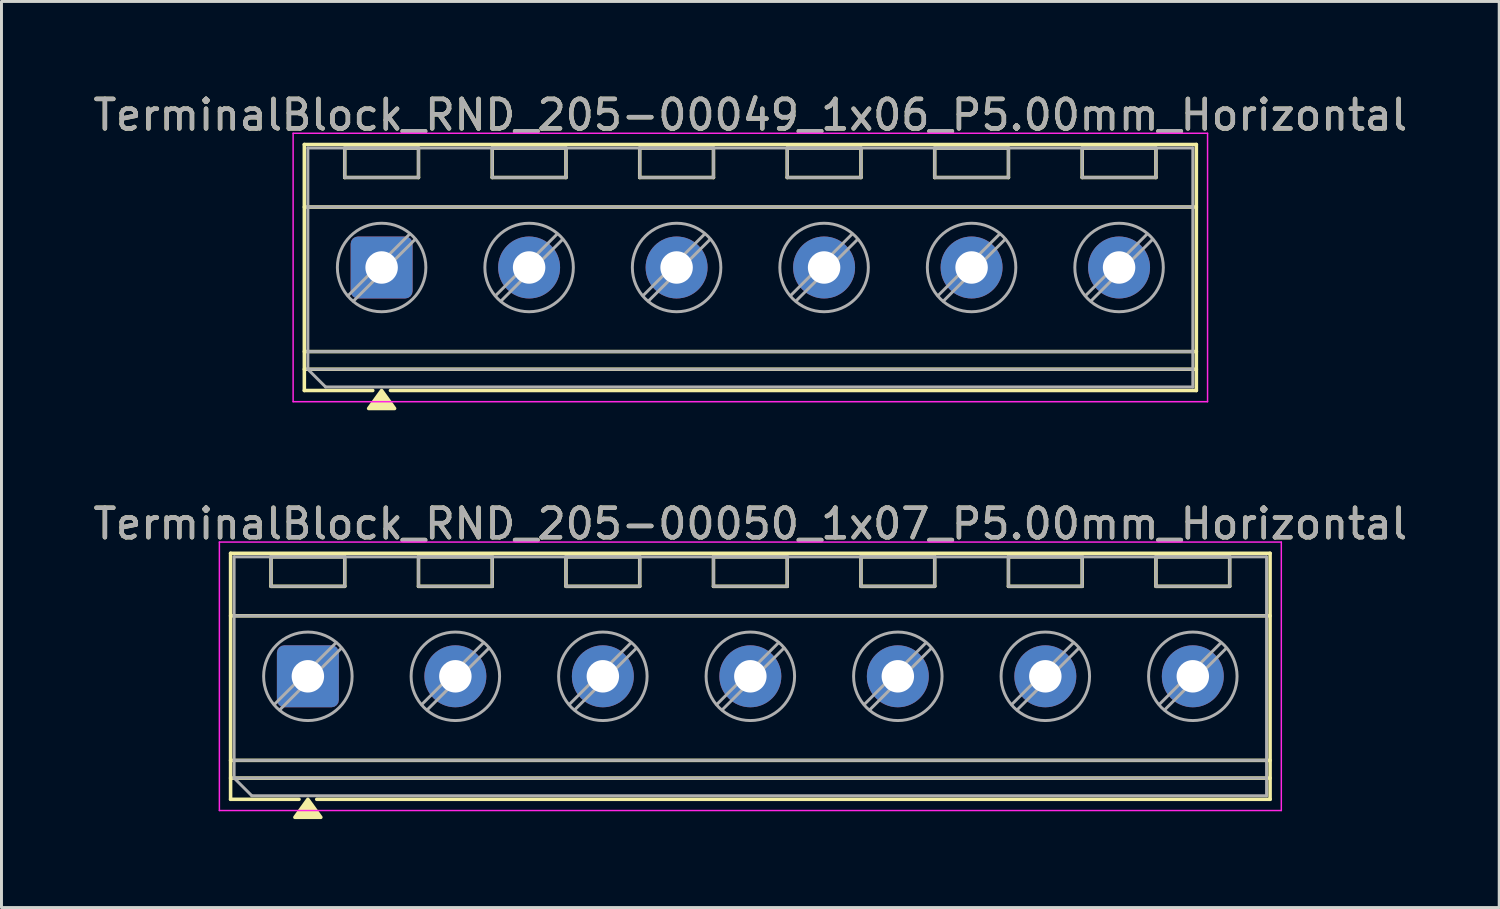
<source format=kicad_pcb>
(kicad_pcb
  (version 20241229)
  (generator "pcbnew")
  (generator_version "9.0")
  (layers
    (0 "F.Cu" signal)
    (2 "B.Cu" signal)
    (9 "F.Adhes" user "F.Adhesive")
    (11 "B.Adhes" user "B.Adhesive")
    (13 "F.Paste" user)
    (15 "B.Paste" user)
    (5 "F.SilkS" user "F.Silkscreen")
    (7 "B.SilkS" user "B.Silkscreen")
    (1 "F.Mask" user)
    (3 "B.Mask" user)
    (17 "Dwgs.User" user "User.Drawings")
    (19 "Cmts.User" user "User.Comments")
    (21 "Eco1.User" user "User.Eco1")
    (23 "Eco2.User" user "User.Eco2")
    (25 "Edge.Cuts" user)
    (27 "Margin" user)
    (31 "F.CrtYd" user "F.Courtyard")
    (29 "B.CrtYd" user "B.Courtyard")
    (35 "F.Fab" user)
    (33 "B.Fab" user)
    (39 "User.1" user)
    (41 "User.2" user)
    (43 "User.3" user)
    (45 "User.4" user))
  (footprint "TerminalBlock_RND_205-00049_1x06_P5.00mm_Horizontal"
    (layer "F.Cu")
    (at 9.887 6.018)
    (property "Reference" "TerminalBlock_RND_205-00049_1x06_P5.00mm_Horizontal" (at 12.5 -5.17 0) (layer "F.SilkS") (effects (font (size 1 1) (thickness 0.15))))
    (attr through_hole)
    (fp_line (start -2.62 -4.17) (end -2.62 4.17) (stroke (width 0.12) (type solid)) (layer "F.SilkS"))
    (fp_line (start -2.62 -4.17) (end 27.62 -4.17) (stroke (width 0.12) (type solid)) (layer "F.SilkS"))
    (fp_line (start -2.62 -2.05) (end 27.62 -2.05) (stroke (width 0.12) (type solid)) (layer "F.SilkS"))
    (fp_line (start -2.62 2.85) (end 27.62 2.85) (stroke (width 0.12) (type solid)) (layer "F.SilkS"))
    (fp_line (start -2.62 3.45) (end 27.62 3.45) (stroke (width 0.12) (type solid)) (layer "F.SilkS"))
    (fp_line (start -2.62 4.17) (end -0.3 4.17) (stroke (width 0.12) (type solid)) (layer "F.SilkS"))
    (fp_line (start -1.25 -4.05) (end -1.25 -3.05) (stroke (width 0.12) (type solid)) (layer "F.SilkS"))
    (fp_line (start -1.25 -4.05) (end 1.25 -4.05) (stroke (width 0.12) (type solid)) (layer "F.SilkS"))
    (fp_line (start -1.25 -3.05) (end 1.25 -3.05) (stroke (width 0.12) (type solid)) (layer "F.SilkS"))
    (fp_line (start 0.3 4.17) (end 27.62 4.17) (stroke (width 0.12) (type solid)) (layer "F.SilkS"))
    (fp_line (start 1.25 -4.05) (end 1.25 -3.05) (stroke (width 0.12) (type solid)) (layer "F.SilkS"))
    (fp_line (start 3.75 -4.05) (end 3.75 -3.05) (stroke (width 0.12) (type solid)) (layer "F.SilkS"))
    (fp_line (start 3.75 -4.05) (end 6.25 -4.05) (stroke (width 0.12) (type solid)) (layer "F.SilkS"))
    (fp_line (start 3.75 -3.05) (end 6.25 -3.05) (stroke (width 0.12) (type solid)) (layer "F.SilkS"))
    (fp_line (start 6.25 -4.05) (end 6.25 -3.05) (stroke (width 0.12) (type solid)) (layer "F.SilkS"))
    (fp_line (start 8.75 -4.05) (end 8.75 -3.05) (stroke (width 0.12) (type solid)) (layer "F.SilkS"))
    (fp_line (start 8.75 -4.05) (end 11.25 -4.05) (stroke (width 0.12) (type solid)) (layer "F.SilkS"))
    (fp_line (start 8.75 -3.05) (end 11.25 -3.05) (stroke (width 0.12) (type solid)) (layer "F.SilkS"))
    (fp_line (start 11.25 -4.05) (end 11.25 -3.05) (stroke (width 0.12) (type solid)) (layer "F.SilkS"))
    (fp_line (start 13.75 -4.05) (end 13.75 -3.05) (stroke (width 0.12) (type solid)) (layer "F.SilkS"))
    (fp_line (start 13.75 -4.05) (end 16.25 -4.05) (stroke (width 0.12) (type solid)) (layer "F.SilkS"))
    (fp_line (start 13.75 -3.05) (end 16.25 -3.05) (stroke (width 0.12) (type solid)) (layer "F.SilkS"))
    (fp_line (start 16.25 -4.05) (end 16.25 -3.05) (stroke (width 0.12) (type solid)) (layer "F.SilkS"))
    (fp_line (start 18.75 -4.05) (end 18.75 -3.05) (stroke (width 0.12) (type solid)) (layer "F.SilkS"))
    (fp_line (start 18.75 -4.05) (end 21.25 -4.05) (stroke (width 0.12) (type solid)) (layer "F.SilkS"))
    (fp_line (start 18.75 -3.05) (end 21.25 -3.05) (stroke (width 0.12) (type solid)) (layer "F.SilkS"))
    (fp_line (start 21.25 -4.05) (end 21.25 -3.05) (stroke (width 0.12) (type solid)) (layer "F.SilkS"))
    (fp_line (start 23.75 -4.05) (end 23.75 -3.05) (stroke (width 0.12) (type solid)) (layer "F.SilkS"))
    (fp_line (start 23.75 -4.05) (end 26.25 -4.05) (stroke (width 0.12) (type solid)) (layer "F.SilkS"))
    (fp_line (start 23.75 -3.05) (end 26.25 -3.05) (stroke (width 0.12) (type solid)) (layer "F.SilkS"))
    (fp_line (start 26.25 -4.05) (end 26.25 -3.05) (stroke (width 0.12) (type solid)) (layer "F.SilkS"))
    (fp_line (start 27.62 -4.17) (end 27.62 4.17) (stroke (width 0.12) (type solid)) (layer "F.SilkS"))
    (fp_poly (pts (xy 0 4.17) (xy 0.44 4.78) (xy -0.44 4.78)) (stroke (width 0.12) (type solid)) (fill yes) (layer "F.SilkS"))
    (fp_line (start -3 -4.55) (end -3 4.55) (stroke (width 0.05) (type solid)) (layer "F.CrtYd"))
    (fp_line (start -3 4.55) (end 28 4.55) (stroke (width 0.05) (type solid)) (layer "F.CrtYd"))
    (fp_line (start 28 -4.55) (end -3 -4.55) (stroke (width 0.05) (type solid)) (layer "F.CrtYd"))
    (fp_line (start 28 4.55) (end 28 -4.55) (stroke (width 0.05) (type solid)) (layer "F.CrtYd"))
    (fp_line (start -2.5 -4.05) (end 27.5 -4.05) (stroke (width 0.1) (type solid)) (layer "F.Fab"))
    (fp_line (start -2.5 -2.05) (end 27.5 -2.05) (stroke (width 0.1) (type solid)) (layer "F.Fab"))
    (fp_line (start -2.5 2.85) (end 27.5 2.85) (stroke (width 0.1) (type solid)) (layer "F.Fab"))
    (fp_line (start -2.5 3.45) (end -2.5 -4.05) (stroke (width 0.1) (type solid)) (layer "F.Fab"))
    (fp_line (start -2.5 3.45) (end 27.5 3.45) (stroke (width 0.1) (type solid)) (layer "F.Fab"))
    (fp_line (start -1.9 4.05) (end -2.5 3.45) (stroke (width 0.1) (type solid)) (layer "F.Fab"))
    (fp_line (start -1.25 -4.05) (end -1.25 -3.05) (stroke (width 0.1) (type solid)) (layer "F.Fab"))
    (fp_line (start -1.25 -3.05) (end 1.25 -3.05) (stroke (width 0.1) (type solid)) (layer "F.Fab"))
    (fp_line (start 0.955 -1.138) (end -1.138 0.955) (stroke (width 0.1) (type solid)) (layer "F.Fab"))
    (fp_line (start 1.138 -0.955) (end -0.955 1.138) (stroke (width 0.1) (type solid)) (layer "F.Fab"))
    (fp_line (start 1.25 -4.05) (end -1.25 -4.05) (stroke (width 0.1) (type solid)) (layer "F.Fab"))
    (fp_line (start 1.25 -3.05) (end 1.25 -4.05) (stroke (width 0.1) (type solid)) (layer "F.Fab"))
    (fp_line (start 3.75 -4.05) (end 3.75 -3.05) (stroke (width 0.1) (type solid)) (layer "F.Fab"))
    (fp_line (start 3.75 -3.05) (end 6.25 -3.05) (stroke (width 0.1) (type solid)) (layer "F.Fab"))
    (fp_line (start 5.955 -1.138) (end 3.862 0.955) (stroke (width 0.1) (type solid)) (layer "F.Fab"))
    (fp_line (start 6.138 -0.955) (end 4.045 1.138) (stroke (width 0.1) (type solid)) (layer "F.Fab"))
    (fp_line (start 6.25 -4.05) (end 3.75 -4.05) (stroke (width 0.1) (type solid)) (layer "F.Fab"))
    (fp_line (start 6.25 -3.05) (end 6.25 -4.05) (stroke (width 0.1) (type solid)) (layer "F.Fab"))
    (fp_line (start 8.75 -4.05) (end 8.75 -3.05) (stroke (width 0.1) (type solid)) (layer "F.Fab"))
    (fp_line (start 8.75 -3.05) (end 11.25 -3.05) (stroke (width 0.1) (type solid)) (layer "F.Fab"))
    (fp_line (start 10.955 -1.138) (end 8.862 0.955) (stroke (width 0.1) (type solid)) (layer "F.Fab"))
    (fp_line (start 11.138 -0.955) (end 9.045 1.138) (stroke (width 0.1) (type solid)) (layer "F.Fab"))
    (fp_line (start 11.25 -4.05) (end 8.75 -4.05) (stroke (width 0.1) (type solid)) (layer "F.Fab"))
    (fp_line (start 11.25 -3.05) (end 11.25 -4.05) (stroke (width 0.1) (type solid)) (layer "F.Fab"))
    (fp_line (start 13.75 -4.05) (end 13.75 -3.05) (stroke (width 0.1) (type solid)) (layer "F.Fab"))
    (fp_line (start 13.75 -3.05) (end 16.25 -3.05) (stroke (width 0.1) (type solid)) (layer "F.Fab"))
    (fp_line (start 15.955 -1.138) (end 13.862 0.955) (stroke (width 0.1) (type solid)) (layer "F.Fab"))
    (fp_line (start 16.138 -0.955) (end 14.045 1.138) (stroke (width 0.1) (type solid)) (layer "F.Fab"))
    (fp_line (start 16.25 -4.05) (end 13.75 -4.05) (stroke (width 0.1) (type solid)) (layer "F.Fab"))
    (fp_line (start 16.25 -3.05) (end 16.25 -4.05) (stroke (width 0.1) (type solid)) (layer "F.Fab"))
    (fp_line (start 18.75 -4.05) (end 18.75 -3.05) (stroke (width 0.1) (type solid)) (layer "F.Fab"))
    (fp_line (start 18.75 -3.05) (end 21.25 -3.05) (stroke (width 0.1) (type solid)) (layer "F.Fab"))
    (fp_line (start 20.955 -1.138) (end 18.862 0.955) (stroke (width 0.1) (type solid)) (layer "F.Fab"))
    (fp_line (start 21.138 -0.955) (end 19.045 1.138) (stroke (width 0.1) (type solid)) (layer "F.Fab"))
    (fp_line (start 21.25 -4.05) (end 18.75 -4.05) (stroke (width 0.1) (type solid)) (layer "F.Fab"))
    (fp_line (start 21.25 -3.05) (end 21.25 -4.05) (stroke (width 0.1) (type solid)) (layer "F.Fab"))
    (fp_line (start 23.75 -4.05) (end 23.75 -3.05) (stroke (width 0.1) (type solid)) (layer "F.Fab"))
    (fp_line (start 23.75 -3.05) (end 26.25 -3.05) (stroke (width 0.1) (type solid)) (layer "F.Fab"))
    (fp_line (start 25.955 -1.138) (end 23.862 0.955) (stroke (width 0.1) (type solid)) (layer "F.Fab"))
    (fp_line (start 26.138 -0.955) (end 24.045 1.138) (stroke (width 0.1) (type solid)) (layer "F.Fab"))
    (fp_line (start 26.25 -4.05) (end 23.75 -4.05) (stroke (width 0.1) (type solid)) (layer "F.Fab"))
    (fp_line (start 26.25 -3.05) (end 26.25 -4.05) (stroke (width 0.1) (type solid)) (layer "F.Fab"))
    (fp_line (start 27.5 -4.05) (end 27.5 4.05) (stroke (width 0.1) (type solid)) (layer "F.Fab"))
    (fp_line (start 27.5 4.05) (end -1.9 4.05) (stroke (width 0.1) (type solid)) (layer "F.Fab"))
    (fp_circle (center 0 0) (end 1.5 0) (stroke (width 0.1) (type solid)) (fill no) (layer "F.Fab"))
    (fp_circle (center 5 0) (end 6.5 0) (stroke (width 0.1) (type solid)) (fill no) (layer "F.Fab"))
    (fp_circle (center 10 0) (end 11.5 0) (stroke (width 0.1) (type solid)) (fill no) (layer "F.Fab"))
    (fp_circle (center 15 0) (end 16.5 0) (stroke (width 0.1) (type solid)) (fill no) (layer "F.Fab"))
    (fp_circle (center 20 0) (end 21.5 0) (stroke (width 0.1) (type solid)) (fill no) (layer "F.Fab"))
    (fp_circle (center 25 0) (end 26.5 0) (stroke (width 0.1) (type solid)) (fill no) (layer "F.Fab"))
    (fp_text user "${REFERENCE}" (at 12.5 -5.17 0) (layer "F.Fab") (effects (font (size 1 1) (thickness 0.15))))
    (pad "1" thru_hole roundrect (at 0 0) (size 2.1 2.1) (drill 1.1) (layers "*.Cu" "*.Mask") (roundrect_rratio 0.119))
    (pad "2" thru_hole circle (at 5 0) (size 2.1 2.1) (drill 1.1) (layers "*.Cu" "*.Mask"))
    (pad "3" thru_hole circle (at 10 0) (size 2.1 2.1) (drill 1.1) (layers "*.Cu" "*.Mask"))
    (pad "4" thru_hole circle (at 15 0) (size 2.1 2.1) (drill 1.1) (layers "*.Cu" "*.Mask"))
    (pad "5" thru_hole circle (at 20 0) (size 2.1 2.1) (drill 1.1) (layers "*.Cu" "*.Mask"))
    (pad "6" thru_hole circle (at 25 0) (size 2.1 2.1) (drill 1.1) (layers "*.Cu" "*.Mask")))
  (footprint "TerminalBlock_RND_205-00050_1x07_P5.00mm_Horizontal"
    (layer "F.Cu")
    (at 7.387 19.877)
    (property "Reference" "TerminalBlock_RND_205-00050_1x07_P5.00mm_Horizontal" (at 15 -5.17 0) (layer "F.SilkS") (effects (font (size 1 1) (thickness 0.15))))
    (attr through_hole)
    (fp_line (start -2.62 -4.17) (end -2.62 4.17) (stroke (width 0.12) (type solid)) (layer "F.SilkS"))
    (fp_line (start -2.62 -4.17) (end 32.62 -4.17) (stroke (width 0.12) (type solid)) (layer "F.SilkS"))
    (fp_line (start -2.62 -2.05) (end 32.62 -2.05) (stroke (width 0.12) (type solid)) (layer "F.SilkS"))
    (fp_line (start -2.62 2.85) (end 32.62 2.85) (stroke (width 0.12) (type solid)) (layer "F.SilkS"))
    (fp_line (start -2.62 3.45) (end 32.62 3.45) (stroke (width 0.12) (type solid)) (layer "F.SilkS"))
    (fp_line (start -2.62 4.17) (end -0.3 4.17) (stroke (width 0.12) (type solid)) (layer "F.SilkS"))
    (fp_line (start -1.25 -4.05) (end -1.25 -3.05) (stroke (width 0.12) (type solid)) (layer "F.SilkS"))
    (fp_line (start -1.25 -4.05) (end 1.25 -4.05) (stroke (width 0.12) (type solid)) (layer "F.SilkS"))
    (fp_line (start -1.25 -3.05) (end 1.25 -3.05) (stroke (width 0.12) (type solid)) (layer "F.SilkS"))
    (fp_line (start 0.3 4.17) (end 32.62 4.17) (stroke (width 0.12) (type solid)) (layer "F.SilkS"))
    (fp_line (start 1.25 -4.05) (end 1.25 -3.05) (stroke (width 0.12) (type solid)) (layer "F.SilkS"))
    (fp_line (start 3.75 -4.05) (end 3.75 -3.05) (stroke (width 0.12) (type solid)) (layer "F.SilkS"))
    (fp_line (start 3.75 -4.05) (end 6.25 -4.05) (stroke (width 0.12) (type solid)) (layer "F.SilkS"))
    (fp_line (start 3.75 -3.05) (end 6.25 -3.05) (stroke (width 0.12) (type solid)) (layer "F.SilkS"))
    (fp_line (start 6.25 -4.05) (end 6.25 -3.05) (stroke (width 0.12) (type solid)) (layer "F.SilkS"))
    (fp_line (start 8.75 -4.05) (end 8.75 -3.05) (stroke (width 0.12) (type solid)) (layer "F.SilkS"))
    (fp_line (start 8.75 -4.05) (end 11.25 -4.05) (stroke (width 0.12) (type solid)) (layer "F.SilkS"))
    (fp_line (start 8.75 -3.05) (end 11.25 -3.05) (stroke (width 0.12) (type solid)) (layer "F.SilkS"))
    (fp_line (start 11.25 -4.05) (end 11.25 -3.05) (stroke (width 0.12) (type solid)) (layer "F.SilkS"))
    (fp_line (start 13.75 -4.05) (end 13.75 -3.05) (stroke (width 0.12) (type solid)) (layer "F.SilkS"))
    (fp_line (start 13.75 -4.05) (end 16.25 -4.05) (stroke (width 0.12) (type solid)) (layer "F.SilkS"))
    (fp_line (start 13.75 -3.05) (end 16.25 -3.05) (stroke (width 0.12) (type solid)) (layer "F.SilkS"))
    (fp_line (start 16.25 -4.05) (end 16.25 -3.05) (stroke (width 0.12) (type solid)) (layer "F.SilkS"))
    (fp_line (start 18.75 -4.05) (end 18.75 -3.05) (stroke (width 0.12) (type solid)) (layer "F.SilkS"))
    (fp_line (start 18.75 -4.05) (end 21.25 -4.05) (stroke (width 0.12) (type solid)) (layer "F.SilkS"))
    (fp_line (start 18.75 -3.05) (end 21.25 -3.05) (stroke (width 0.12) (type solid)) (layer "F.SilkS"))
    (fp_line (start 21.25 -4.05) (end 21.25 -3.05) (stroke (width 0.12) (type solid)) (layer "F.SilkS"))
    (fp_line (start 23.75 -4.05) (end 23.75 -3.05) (stroke (width 0.12) (type solid)) (layer "F.SilkS"))
    (fp_line (start 23.75 -4.05) (end 26.25 -4.05) (stroke (width 0.12) (type solid)) (layer "F.SilkS"))
    (fp_line (start 23.75 -3.05) (end 26.25 -3.05) (stroke (width 0.12) (type solid)) (layer "F.SilkS"))
    (fp_line (start 26.25 -4.05) (end 26.25 -3.05) (stroke (width 0.12) (type solid)) (layer "F.SilkS"))
    (fp_line (start 28.75 -4.05) (end 28.75 -3.05) (stroke (width 0.12) (type solid)) (layer "F.SilkS"))
    (fp_line (start 28.75 -4.05) (end 31.25 -4.05) (stroke (width 0.12) (type solid)) (layer "F.SilkS"))
    (fp_line (start 28.75 -3.05) (end 31.25 -3.05) (stroke (width 0.12) (type solid)) (layer "F.SilkS"))
    (fp_line (start 31.25 -4.05) (end 31.25 -3.05) (stroke (width 0.12) (type solid)) (layer "F.SilkS"))
    (fp_line (start 32.62 -4.17) (end 32.62 4.17) (stroke (width 0.12) (type solid)) (layer "F.SilkS"))
    (fp_poly (pts (xy 0 4.17) (xy 0.44 4.78) (xy -0.44 4.78)) (stroke (width 0.12) (type solid)) (fill yes) (layer "F.SilkS"))
    (fp_line (start -3 -4.55) (end -3 4.55) (stroke (width 0.05) (type solid)) (layer "F.CrtYd"))
    (fp_line (start -3 4.55) (end 33 4.55) (stroke (width 0.05) (type solid)) (layer "F.CrtYd"))
    (fp_line (start 33 -4.55) (end -3 -4.55) (stroke (width 0.05) (type solid)) (layer "F.CrtYd"))
    (fp_line (start 33 4.55) (end 33 -4.55) (stroke (width 0.05) (type solid)) (layer "F.CrtYd"))
    (fp_line (start -2.5 -4.05) (end 32.5 -4.05) (stroke (width 0.1) (type solid)) (layer "F.Fab"))
    (fp_line (start -2.5 -2.05) (end 32.5 -2.05) (stroke (width 0.1) (type solid)) (layer "F.Fab"))
    (fp_line (start -2.5 2.85) (end 32.5 2.85) (stroke (width 0.1) (type solid)) (layer "F.Fab"))
    (fp_line (start -2.5 3.45) (end -2.5 -4.05) (stroke (width 0.1) (type solid)) (layer "F.Fab"))
    (fp_line (start -2.5 3.45) (end 32.5 3.45) (stroke (width 0.1) (type solid)) (layer "F.Fab"))
    (fp_line (start -1.9 4.05) (end -2.5 3.45) (stroke (width 0.1) (type solid)) (layer "F.Fab"))
    (fp_line (start -1.25 -4.05) (end -1.25 -3.05) (stroke (width 0.1) (type solid)) (layer "F.Fab"))
    (fp_line (start -1.25 -3.05) (end 1.25 -3.05) (stroke (width 0.1) (type solid)) (layer "F.Fab"))
    (fp_line (start 0.955 -1.138) (end -1.138 0.955) (stroke (width 0.1) (type solid)) (layer "F.Fab"))
    (fp_line (start 1.138 -0.955) (end -0.955 1.138) (stroke (width 0.1) (type solid)) (layer "F.Fab"))
    (fp_line (start 1.25 -4.05) (end -1.25 -4.05) (stroke (width 0.1) (type solid)) (layer "F.Fab"))
    (fp_line (start 1.25 -3.05) (end 1.25 -4.05) (stroke (width 0.1) (type solid)) (layer "F.Fab"))
    (fp_line (start 3.75 -4.05) (end 3.75 -3.05) (stroke (width 0.1) (type solid)) (layer "F.Fab"))
    (fp_line (start 3.75 -3.05) (end 6.25 -3.05) (stroke (width 0.1) (type solid)) (layer "F.Fab"))
    (fp_line (start 5.955 -1.138) (end 3.862 0.955) (stroke (width 0.1) (type solid)) (layer "F.Fab"))
    (fp_line (start 6.138 -0.955) (end 4.045 1.138) (stroke (width 0.1) (type solid)) (layer "F.Fab"))
    (fp_line (start 6.25 -4.05) (end 3.75 -4.05) (stroke (width 0.1) (type solid)) (layer "F.Fab"))
    (fp_line (start 6.25 -3.05) (end 6.25 -4.05) (stroke (width 0.1) (type solid)) (layer "F.Fab"))
    (fp_line (start 8.75 -4.05) (end 8.75 -3.05) (stroke (width 0.1) (type solid)) (layer "F.Fab"))
    (fp_line (start 8.75 -3.05) (end 11.25 -3.05) (stroke (width 0.1) (type solid)) (layer "F.Fab"))
    (fp_line (start 10.955 -1.138) (end 8.862 0.955) (stroke (width 0.1) (type solid)) (layer "F.Fab"))
    (fp_line (start 11.138 -0.955) (end 9.045 1.138) (stroke (width 0.1) (type solid)) (layer "F.Fab"))
    (fp_line (start 11.25 -4.05) (end 8.75 -4.05) (stroke (width 0.1) (type solid)) (layer "F.Fab"))
    (fp_line (start 11.25 -3.05) (end 11.25 -4.05) (stroke (width 0.1) (type solid)) (layer "F.Fab"))
    (fp_line (start 13.75 -4.05) (end 13.75 -3.05) (stroke (width 0.1) (type solid)) (layer "F.Fab"))
    (fp_line (start 13.75 -3.05) (end 16.25 -3.05) (stroke (width 0.1) (type solid)) (layer "F.Fab"))
    (fp_line (start 15.955 -1.138) (end 13.862 0.955) (stroke (width 0.1) (type solid)) (layer "F.Fab"))
    (fp_line (start 16.138 -0.955) (end 14.045 1.138) (stroke (width 0.1) (type solid)) (layer "F.Fab"))
    (fp_line (start 16.25 -4.05) (end 13.75 -4.05) (stroke (width 0.1) (type solid)) (layer "F.Fab"))
    (fp_line (start 16.25 -3.05) (end 16.25 -4.05) (stroke (width 0.1) (type solid)) (layer "F.Fab"))
    (fp_line (start 18.75 -4.05) (end 18.75 -3.05) (stroke (width 0.1) (type solid)) (layer "F.Fab"))
    (fp_line (start 18.75 -3.05) (end 21.25 -3.05) (stroke (width 0.1) (type solid)) (layer "F.Fab"))
    (fp_line (start 20.955 -1.138) (end 18.862 0.955) (stroke (width 0.1) (type solid)) (layer "F.Fab"))
    (fp_line (start 21.138 -0.955) (end 19.045 1.138) (stroke (width 0.1) (type solid)) (layer "F.Fab"))
    (fp_line (start 21.25 -4.05) (end 18.75 -4.05) (stroke (width 0.1) (type solid)) (layer "F.Fab"))
    (fp_line (start 21.25 -3.05) (end 21.25 -4.05) (stroke (width 0.1) (type solid)) (layer "F.Fab"))
    (fp_line (start 23.75 -4.05) (end 23.75 -3.05) (stroke (width 0.1) (type solid)) (layer "F.Fab"))
    (fp_line (start 23.75 -3.05) (end 26.25 -3.05) (stroke (width 0.1) (type solid)) (layer "F.Fab"))
    (fp_line (start 25.955 -1.138) (end 23.862 0.955) (stroke (width 0.1) (type solid)) (layer "F.Fab"))
    (fp_line (start 26.138 -0.955) (end 24.045 1.138) (stroke (width 0.1) (type solid)) (layer "F.Fab"))
    (fp_line (start 26.25 -4.05) (end 23.75 -4.05) (stroke (width 0.1) (type solid)) (layer "F.Fab"))
    (fp_line (start 26.25 -3.05) (end 26.25 -4.05) (stroke (width 0.1) (type solid)) (layer "F.Fab"))
    (fp_line (start 28.75 -4.05) (end 28.75 -3.05) (stroke (width 0.1) (type solid)) (layer "F.Fab"))
    (fp_line (start 28.75 -3.05) (end 31.25 -3.05) (stroke (width 0.1) (type solid)) (layer "F.Fab"))
    (fp_line (start 30.955 -1.138) (end 28.862 0.955) (stroke (width 0.1) (type solid)) (layer "F.Fab"))
    (fp_line (start 31.138 -0.955) (end 29.045 1.138) (stroke (width 0.1) (type solid)) (layer "F.Fab"))
    (fp_line (start 31.25 -4.05) (end 28.75 -4.05) (stroke (width 0.1) (type solid)) (layer "F.Fab"))
    (fp_line (start 31.25 -3.05) (end 31.25 -4.05) (stroke (width 0.1) (type solid)) (layer "F.Fab"))
    (fp_line (start 32.5 -4.05) (end 32.5 4.05) (stroke (width 0.1) (type solid)) (layer "F.Fab"))
    (fp_line (start 32.5 4.05) (end -1.9 4.05) (stroke (width 0.1) (type solid)) (layer "F.Fab"))
    (fp_circle (center 0 0) (end 1.5 0) (stroke (width 0.1) (type solid)) (fill no) (layer "F.Fab"))
    (fp_circle (center 5 0) (end 6.5 0) (stroke (width 0.1) (type solid)) (fill no) (layer "F.Fab"))
    (fp_circle (center 10 0) (end 11.5 0) (stroke (width 0.1) (type solid)) (fill no) (layer "F.Fab"))
    (fp_circle (center 15 0) (end 16.5 0) (stroke (width 0.1) (type solid)) (fill no) (layer "F.Fab"))
    (fp_circle (center 20 0) (end 21.5 0) (stroke (width 0.1) (type solid)) (fill no) (layer "F.Fab"))
    (fp_circle (center 25 0) (end 26.5 0) (stroke (width 0.1) (type solid)) (fill no) (layer "F.Fab"))
    (fp_circle (center 30 0) (end 31.5 0) (stroke (width 0.1) (type solid)) (fill no) (layer "F.Fab"))
    (fp_text user "${REFERENCE}" (at 15 -5.17 0) (layer "F.Fab") (effects (font (size 1 1) (thickness 0.15))))
    (pad "1" thru_hole roundrect (at 0 0) (size 2.1 2.1) (drill 1.1) (layers "*.Cu" "*.Mask") (roundrect_rratio 0.119))
    (pad "2" thru_hole circle (at 5 0) (size 2.1 2.1) (drill 1.1) (layers "*.Cu" "*.Mask"))
    (pad "3" thru_hole circle (at 10 0) (size 2.1 2.1) (drill 1.1) (layers "*.Cu" "*.Mask"))
    (pad "4" thru_hole circle (at 15 0) (size 2.1 2.1) (drill 1.1) (layers "*.Cu" "*.Mask"))
    (pad "5" thru_hole circle (at 20 0) (size 2.1 2.1) (drill 1.1) (layers "*.Cu" "*.Mask"))
    (pad "6" thru_hole circle (at 25 0) (size 2.1 2.1) (drill 1.1) (layers "*.Cu" "*.Mask"))
    (pad "7" thru_hole circle (at 30 0) (size 2.1 2.1) (drill 1.1) (layers "*.Cu" "*.Mask")))
  (gr_rect
    (start -3 -3)
    (end 47.774 27.716)
    (stroke (width 0.1) (type default))
    (fill no)
    (layer "Edge.Cuts")))
</source>
